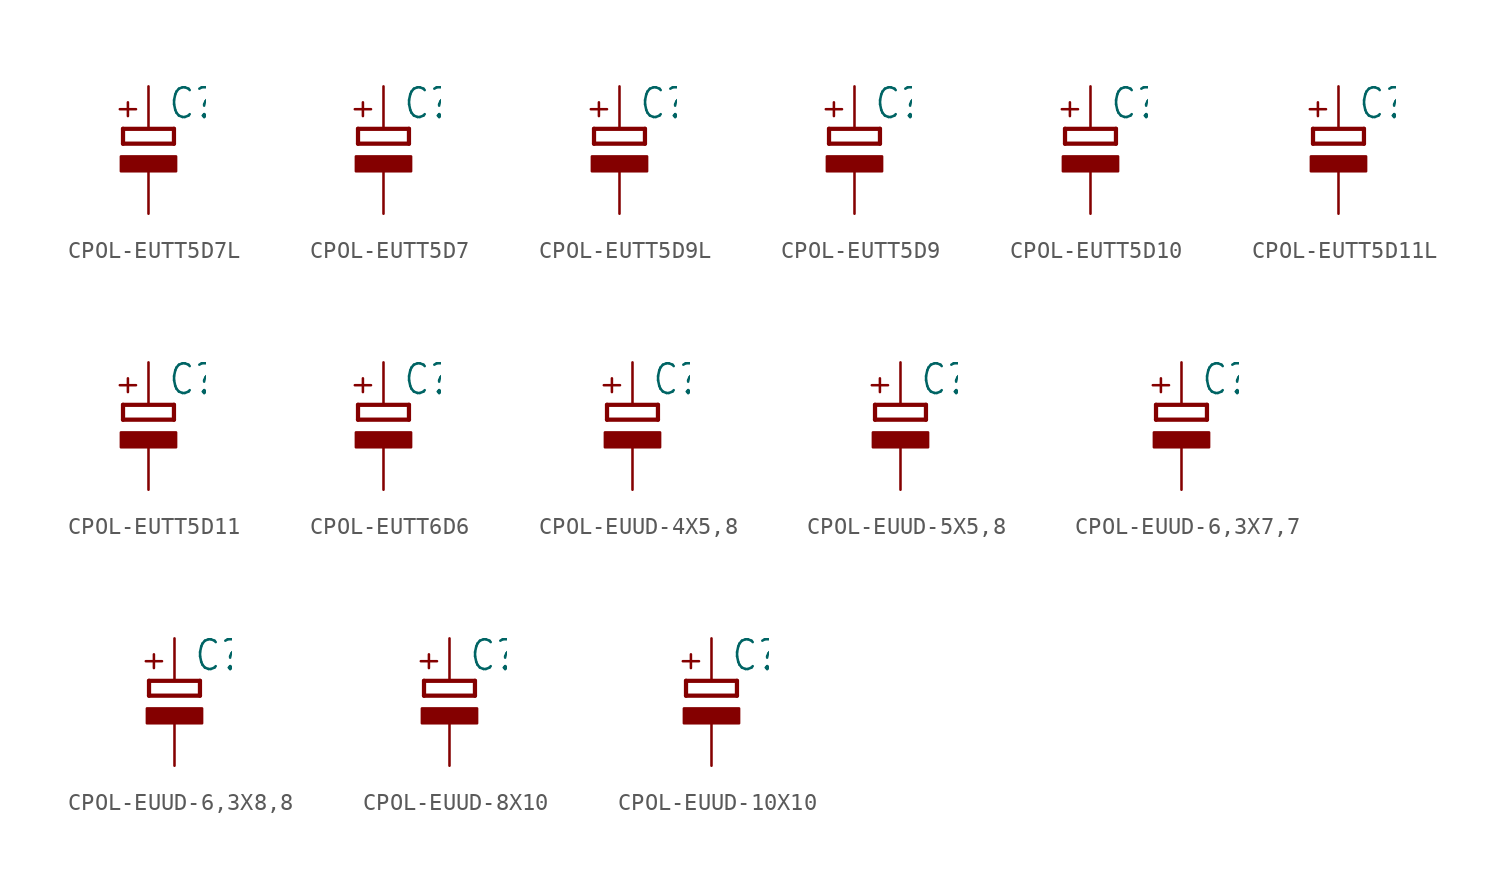
<source format=kicad_sym>
(kicad_symbol_lib
  (version 20231120)
  (generator "kicad_symbol_editor")
  (generator_version "8.0")
  (symbol "CPOL-EUTT5D7L"
    (property "Reference" "C"
      (at 1.143 0.483 0)
      (effects (font (size 1.778 1.511)) (justify left bottom)))
    (property "Value" ""
      (at 1.143 -4.597 0)
      (effects (font (size 1.778 1.511)) (justify left bottom)))
    (property "ki_locked" ""
      (at 0 0 0)
      (effects (font (size 1.27 1.27))))
    (symbol "CPOL-EUTT5D7L_1_0"
      (rectangle (start -1.651 -2.54) (end 1.651 -1.651) (stroke (width 0) (type default)) (fill (type outline)))
      (polyline (pts (xy -1.524 -0.889) (xy 1.524 -0.889)) (stroke (width 0.254) (type solid)) (fill (type none)))
      (polyline (pts (xy -1.524 0) (xy -1.524 -0.889)) (stroke (width 0.254) (type solid)) (fill (type none)))
      (polyline (pts (xy -1.524 0) (xy 1.524 0)) (stroke (width 0.254) (type solid)) (fill (type none)))
      (polyline (pts (xy 1.524 -0.889) (xy 1.524 0)) (stroke (width 0.254) (type solid)) (fill (type none)))
      (text "+" (at -0.584 0.406 900) (effects (font (size 1.27 1.079)) (justify left bottom)))
      (pin passive line (at 0 2.54 270) (length 2.54) (name "+" (effects (font (size 0 0)))) (number "+" (effects (font (size 0 0)))))
      (pin passive line (at 0 -5.08 90) (length 2.54) (name "-" (effects (font (size 0 0)))) (number "-" (effects (font (size 0 0)))))))
  (symbol "CPOL-EUTT5D7"
    (property "Reference" "C"
      (at 1.143 0.483 0)
      (effects (font (size 1.778 1.511)) (justify left bottom)))
    (property "Value" ""
      (at 1.143 -4.597 0)
      (effects (font (size 1.778 1.511)) (justify left bottom)))
    (property "ki_locked" ""
      (at 0 0 0)
      (effects (font (size 1.27 1.27))))
    (symbol "CPOL-EUTT5D7_1_0"
      (rectangle (start -1.651 -2.54) (end 1.651 -1.651) (stroke (width 0) (type default)) (fill (type outline)))
      (polyline (pts (xy -1.524 -0.889) (xy 1.524 -0.889)) (stroke (width 0.254) (type solid)) (fill (type none)))
      (polyline (pts (xy -1.524 0) (xy -1.524 -0.889)) (stroke (width 0.254) (type solid)) (fill (type none)))
      (polyline (pts (xy -1.524 0) (xy 1.524 0)) (stroke (width 0.254) (type solid)) (fill (type none)))
      (polyline (pts (xy 1.524 -0.889) (xy 1.524 0)) (stroke (width 0.254) (type solid)) (fill (type none)))
      (text "+" (at -0.584 0.406 900) (effects (font (size 1.27 1.079)) (justify left bottom)))
      (pin passive line (at 0 2.54 270) (length 2.54) (name "+" (effects (font (size 0 0)))) (number "+" (effects (font (size 0 0)))))
      (pin passive line (at 0 -5.08 90) (length 2.54) (name "-" (effects (font (size 0 0)))) (number "-" (effects (font (size 0 0)))))))
  (symbol "CPOL-EUTT5D9L"
    (property "Reference" "C"
      (at 1.143 0.483 0)
      (effects (font (size 1.778 1.511)) (justify left bottom)))
    (property "Value" ""
      (at 1.143 -4.597 0)
      (effects (font (size 1.778 1.511)) (justify left bottom)))
    (property "ki_locked" ""
      (at 0 0 0)
      (effects (font (size 1.27 1.27))))
    (symbol "CPOL-EUTT5D9L_1_0"
      (rectangle (start -1.651 -2.54) (end 1.651 -1.651) (stroke (width 0) (type default)) (fill (type outline)))
      (polyline (pts (xy -1.524 -0.889) (xy 1.524 -0.889)) (stroke (width 0.254) (type solid)) (fill (type none)))
      (polyline (pts (xy -1.524 0) (xy -1.524 -0.889)) (stroke (width 0.254) (type solid)) (fill (type none)))
      (polyline (pts (xy -1.524 0) (xy 1.524 0)) (stroke (width 0.254) (type solid)) (fill (type none)))
      (polyline (pts (xy 1.524 -0.889) (xy 1.524 0)) (stroke (width 0.254) (type solid)) (fill (type none)))
      (text "+" (at -0.584 0.406 900) (effects (font (size 1.27 1.079)) (justify left bottom)))
      (pin passive line (at 0 2.54 270) (length 2.54) (name "+" (effects (font (size 0 0)))) (number "+" (effects (font (size 0 0)))))
      (pin passive line (at 0 -5.08 90) (length 2.54) (name "-" (effects (font (size 0 0)))) (number "-" (effects (font (size 0 0)))))))
  (symbol "CPOL-EUTT5D9"
    (property "Reference" "C"
      (at 1.143 0.483 0)
      (effects (font (size 1.778 1.511)) (justify left bottom)))
    (property "Value" ""
      (at 1.143 -4.597 0)
      (effects (font (size 1.778 1.511)) (justify left bottom)))
    (property "ki_locked" ""
      (at 0 0 0)
      (effects (font (size 1.27 1.27))))
    (symbol "CPOL-EUTT5D9_1_0"
      (rectangle (start -1.651 -2.54) (end 1.651 -1.651) (stroke (width 0) (type default)) (fill (type outline)))
      (polyline (pts (xy -1.524 -0.889) (xy 1.524 -0.889)) (stroke (width 0.254) (type solid)) (fill (type none)))
      (polyline (pts (xy -1.524 0) (xy -1.524 -0.889)) (stroke (width 0.254) (type solid)) (fill (type none)))
      (polyline (pts (xy -1.524 0) (xy 1.524 0)) (stroke (width 0.254) (type solid)) (fill (type none)))
      (polyline (pts (xy 1.524 -0.889) (xy 1.524 0)) (stroke (width 0.254) (type solid)) (fill (type none)))
      (text "+" (at -0.584 0.406 900) (effects (font (size 1.27 1.079)) (justify left bottom)))
      (pin passive line (at 0 2.54 270) (length 2.54) (name "+" (effects (font (size 0 0)))) (number "+" (effects (font (size 0 0)))))
      (pin passive line (at 0 -5.08 90) (length 2.54) (name "-" (effects (font (size 0 0)))) (number "-" (effects (font (size 0 0)))))))
  (symbol "CPOL-EUTT5D10"
    (property "Reference" "C"
      (at 1.143 0.483 0)
      (effects (font (size 1.778 1.511)) (justify left bottom)))
    (property "Value" ""
      (at 1.143 -4.597 0)
      (effects (font (size 1.778 1.511)) (justify left bottom)))
    (property "ki_locked" ""
      (at 0 0 0)
      (effects (font (size 1.27 1.27))))
    (symbol "CPOL-EUTT5D10_1_0"
      (rectangle (start -1.651 -2.54) (end 1.651 -1.651) (stroke (width 0) (type default)) (fill (type outline)))
      (polyline (pts (xy -1.524 -0.889) (xy 1.524 -0.889)) (stroke (width 0.254) (type solid)) (fill (type none)))
      (polyline (pts (xy -1.524 0) (xy -1.524 -0.889)) (stroke (width 0.254) (type solid)) (fill (type none)))
      (polyline (pts (xy -1.524 0) (xy 1.524 0)) (stroke (width 0.254) (type solid)) (fill (type none)))
      (polyline (pts (xy 1.524 -0.889) (xy 1.524 0)) (stroke (width 0.254) (type solid)) (fill (type none)))
      (text "+" (at -0.584 0.406 900) (effects (font (size 1.27 1.079)) (justify left bottom)))
      (pin passive line (at 0 2.54 270) (length 2.54) (name "+" (effects (font (size 0 0)))) (number "+" (effects (font (size 0 0)))))
      (pin passive line (at 0 -5.08 90) (length 2.54) (name "-" (effects (font (size 0 0)))) (number "-" (effects (font (size 0 0)))))))
  (symbol "CPOL-EUTT5D11L"
    (property "Reference" "C"
      (at 1.143 0.483 0)
      (effects (font (size 1.778 1.511)) (justify left bottom)))
    (property "Value" ""
      (at 1.143 -4.597 0)
      (effects (font (size 1.778 1.511)) (justify left bottom)))
    (property "ki_locked" ""
      (at 0 0 0)
      (effects (font (size 1.27 1.27))))
    (symbol "CPOL-EUTT5D11L_1_0"
      (rectangle (start -1.651 -2.54) (end 1.651 -1.651) (stroke (width 0) (type default)) (fill (type outline)))
      (polyline (pts (xy -1.524 -0.889) (xy 1.524 -0.889)) (stroke (width 0.254) (type solid)) (fill (type none)))
      (polyline (pts (xy -1.524 0) (xy -1.524 -0.889)) (stroke (width 0.254) (type solid)) (fill (type none)))
      (polyline (pts (xy -1.524 0) (xy 1.524 0)) (stroke (width 0.254) (type solid)) (fill (type none)))
      (polyline (pts (xy 1.524 -0.889) (xy 1.524 0)) (stroke (width 0.254) (type solid)) (fill (type none)))
      (text "+" (at -0.584 0.406 900) (effects (font (size 1.27 1.079)) (justify left bottom)))
      (pin passive line (at 0 2.54 270) (length 2.54) (name "+" (effects (font (size 0 0)))) (number "+" (effects (font (size 0 0)))))
      (pin passive line (at 0 -5.08 90) (length 2.54) (name "-" (effects (font (size 0 0)))) (number "-" (effects (font (size 0 0)))))))
  (symbol "CPOL-EUTT5D11"
    (property "Reference" "C"
      (at 1.143 0.483 0)
      (effects (font (size 1.778 1.511)) (justify left bottom)))
    (property "Value" ""
      (at 1.143 -4.597 0)
      (effects (font (size 1.778 1.511)) (justify left bottom)))
    (property "ki_locked" ""
      (at 0 0 0)
      (effects (font (size 1.27 1.27))))
    (symbol "CPOL-EUTT5D11_1_0"
      (rectangle (start -1.651 -2.54) (end 1.651 -1.651) (stroke (width 0) (type default)) (fill (type outline)))
      (polyline (pts (xy -1.524 -0.889) (xy 1.524 -0.889)) (stroke (width 0.254) (type solid)) (fill (type none)))
      (polyline (pts (xy -1.524 0) (xy -1.524 -0.889)) (stroke (width 0.254) (type solid)) (fill (type none)))
      (polyline (pts (xy -1.524 0) (xy 1.524 0)) (stroke (width 0.254) (type solid)) (fill (type none)))
      (polyline (pts (xy 1.524 -0.889) (xy 1.524 0)) (stroke (width 0.254) (type solid)) (fill (type none)))
      (text "+" (at -0.584 0.406 900) (effects (font (size 1.27 1.079)) (justify left bottom)))
      (pin passive line (at 0 2.54 270) (length 2.54) (name "+" (effects (font (size 0 0)))) (number "+" (effects (font (size 0 0)))))
      (pin passive line (at 0 -5.08 90) (length 2.54) (name "-" (effects (font (size 0 0)))) (number "-" (effects (font (size 0 0)))))))
  (symbol "CPOL-EUTT6D6"
    (property "Reference" "C"
      (at 1.143 0.483 0)
      (effects (font (size 1.778 1.511)) (justify left bottom)))
    (property "Value" ""
      (at 1.143 -4.597 0)
      (effects (font (size 1.778 1.511)) (justify left bottom)))
    (property "ki_locked" ""
      (at 0 0 0)
      (effects (font (size 1.27 1.27))))
    (symbol "CPOL-EUTT6D6_1_0"
      (rectangle (start -1.651 -2.54) (end 1.651 -1.651) (stroke (width 0) (type default)) (fill (type outline)))
      (polyline (pts (xy -1.524 -0.889) (xy 1.524 -0.889)) (stroke (width 0.254) (type solid)) (fill (type none)))
      (polyline (pts (xy -1.524 0) (xy -1.524 -0.889)) (stroke (width 0.254) (type solid)) (fill (type none)))
      (polyline (pts (xy -1.524 0) (xy 1.524 0)) (stroke (width 0.254) (type solid)) (fill (type none)))
      (polyline (pts (xy 1.524 -0.889) (xy 1.524 0)) (stroke (width 0.254) (type solid)) (fill (type none)))
      (text "+" (at -0.584 0.406 900) (effects (font (size 1.27 1.079)) (justify left bottom)))
      (pin passive line (at 0 2.54 270) (length 2.54) (name "+" (effects (font (size 0 0)))) (number "+" (effects (font (size 0 0)))))
      (pin passive line (at 0 -5.08 90) (length 2.54) (name "-" (effects (font (size 0 0)))) (number "-" (effects (font (size 0 0)))))))
  (symbol "CPOL-EUUD-4X5,8"
    (property "Reference" "C"
      (at 1.143 0.483 0)
      (effects (font (size 1.778 1.511)) (justify left bottom)))
    (property "Value" ""
      (at 1.143 -4.597 0)
      (effects (font (size 1.778 1.511)) (justify left bottom)))
    (property "ki_locked" ""
      (at 0 0 0)
      (effects (font (size 1.27 1.27))))
    (symbol "CPOL-EUUD-4X5,8_1_0"
      (rectangle (start -1.651 -2.54) (end 1.651 -1.651) (stroke (width 0) (type default)) (fill (type outline)))
      (polyline (pts (xy -1.524 -0.889) (xy 1.524 -0.889)) (stroke (width 0.254) (type solid)) (fill (type none)))
      (polyline (pts (xy -1.524 0) (xy -1.524 -0.889)) (stroke (width 0.254) (type solid)) (fill (type none)))
      (polyline (pts (xy -1.524 0) (xy 1.524 0)) (stroke (width 0.254) (type solid)) (fill (type none)))
      (polyline (pts (xy 1.524 -0.889) (xy 1.524 0)) (stroke (width 0.254) (type solid)) (fill (type none)))
      (text "+" (at -0.584 0.406 900) (effects (font (size 1.27 1.079)) (justify left bottom)))
      (pin passive line (at 0 2.54 270) (length 2.54) (name "+" (effects (font (size 0 0)))) (number "+" (effects (font (size 0 0)))))
      (pin passive line (at 0 -5.08 90) (length 2.54) (name "-" (effects (font (size 0 0)))) (number "-" (effects (font (size 0 0)))))))
  (symbol "CPOL-EUUD-5X5,8"
    (property "Reference" "C"
      (at 1.143 0.483 0)
      (effects (font (size 1.778 1.511)) (justify left bottom)))
    (property "Value" ""
      (at 1.143 -4.597 0)
      (effects (font (size 1.778 1.511)) (justify left bottom)))
    (property "ki_locked" ""
      (at 0 0 0)
      (effects (font (size 1.27 1.27))))
    (symbol "CPOL-EUUD-5X5,8_1_0"
      (rectangle (start -1.651 -2.54) (end 1.651 -1.651) (stroke (width 0) (type default)) (fill (type outline)))
      (polyline (pts (xy -1.524 -0.889) (xy 1.524 -0.889)) (stroke (width 0.254) (type solid)) (fill (type none)))
      (polyline (pts (xy -1.524 0) (xy -1.524 -0.889)) (stroke (width 0.254) (type solid)) (fill (type none)))
      (polyline (pts (xy -1.524 0) (xy 1.524 0)) (stroke (width 0.254) (type solid)) (fill (type none)))
      (polyline (pts (xy 1.524 -0.889) (xy 1.524 0)) (stroke (width 0.254) (type solid)) (fill (type none)))
      (text "+" (at -0.584 0.406 900) (effects (font (size 1.27 1.079)) (justify left bottom)))
      (pin passive line (at 0 2.54 270) (length 2.54) (name "+" (effects (font (size 0 0)))) (number "+" (effects (font (size 0 0)))))
      (pin passive line (at 0 -5.08 90) (length 2.54) (name "-" (effects (font (size 0 0)))) (number "-" (effects (font (size 0 0)))))))
  (symbol "CPOL-EUUD-6,3X7,7"
    (property "Reference" "C"
      (at 1.143 0.483 0)
      (effects (font (size 1.778 1.511)) (justify left bottom)))
    (property "Value" ""
      (at 1.143 -4.597 0)
      (effects (font (size 1.778 1.511)) (justify left bottom)))
    (property "ki_locked" ""
      (at 0 0 0)
      (effects (font (size 1.27 1.27))))
    (symbol "CPOL-EUUD-6,3X7,7_1_0"
      (rectangle (start -1.651 -2.54) (end 1.651 -1.651) (stroke (width 0) (type default)) (fill (type outline)))
      (polyline (pts (xy -1.524 -0.889) (xy 1.524 -0.889)) (stroke (width 0.254) (type solid)) (fill (type none)))
      (polyline (pts (xy -1.524 0) (xy -1.524 -0.889)) (stroke (width 0.254) (type solid)) (fill (type none)))
      (polyline (pts (xy -1.524 0) (xy 1.524 0)) (stroke (width 0.254) (type solid)) (fill (type none)))
      (polyline (pts (xy 1.524 -0.889) (xy 1.524 0)) (stroke (width 0.254) (type solid)) (fill (type none)))
      (text "+" (at -0.584 0.406 900) (effects (font (size 1.27 1.079)) (justify left bottom)))
      (pin passive line (at 0 2.54 270) (length 2.54) (name "+" (effects (font (size 0 0)))) (number "+" (effects (font (size 0 0)))))
      (pin passive line (at 0 -5.08 90) (length 2.54) (name "-" (effects (font (size 0 0)))) (number "-" (effects (font (size 0 0)))))))
  (symbol "CPOL-EUUD-6,3X8,8"
    (property "Reference" "C"
      (at 1.143 0.483 0)
      (effects (font (size 1.778 1.511)) (justify left bottom)))
    (property "Value" ""
      (at 1.143 -4.597 0)
      (effects (font (size 1.778 1.511)) (justify left bottom)))
    (property "ki_locked" ""
      (at 0 0 0)
      (effects (font (size 1.27 1.27))))
    (symbol "CPOL-EUUD-6,3X8,8_1_0"
      (rectangle (start -1.651 -2.54) (end 1.651 -1.651) (stroke (width 0) (type default)) (fill (type outline)))
      (polyline (pts (xy -1.524 -0.889) (xy 1.524 -0.889)) (stroke (width 0.254) (type solid)) (fill (type none)))
      (polyline (pts (xy -1.524 0) (xy -1.524 -0.889)) (stroke (width 0.254) (type solid)) (fill (type none)))
      (polyline (pts (xy -1.524 0) (xy 1.524 0)) (stroke (width 0.254) (type solid)) (fill (type none)))
      (polyline (pts (xy 1.524 -0.889) (xy 1.524 0)) (stroke (width 0.254) (type solid)) (fill (type none)))
      (text "+" (at -0.584 0.406 900) (effects (font (size 1.27 1.079)) (justify left bottom)))
      (pin passive line (at 0 2.54 270) (length 2.54) (name "+" (effects (font (size 0 0)))) (number "+" (effects (font (size 0 0)))))
      (pin passive line (at 0 -5.08 90) (length 2.54) (name "-" (effects (font (size 0 0)))) (number "-" (effects (font (size 0 0)))))))
  (symbol "CPOL-EUUD-8X10"
    (property "Reference" "C"
      (at 1.143 0.483 0)
      (effects (font (size 1.778 1.511)) (justify left bottom)))
    (property "Value" ""
      (at 1.143 -4.597 0)
      (effects (font (size 1.778 1.511)) (justify left bottom)))
    (property "ki_locked" ""
      (at 0 0 0)
      (effects (font (size 1.27 1.27))))
    (symbol "CPOL-EUUD-8X10_1_0"
      (rectangle (start -1.651 -2.54) (end 1.651 -1.651) (stroke (width 0) (type default)) (fill (type outline)))
      (polyline (pts (xy -1.524 -0.889) (xy 1.524 -0.889)) (stroke (width 0.254) (type solid)) (fill (type none)))
      (polyline (pts (xy -1.524 0) (xy -1.524 -0.889)) (stroke (width 0.254) (type solid)) (fill (type none)))
      (polyline (pts (xy -1.524 0) (xy 1.524 0)) (stroke (width 0.254) (type solid)) (fill (type none)))
      (polyline (pts (xy 1.524 -0.889) (xy 1.524 0)) (stroke (width 0.254) (type solid)) (fill (type none)))
      (text "+" (at -0.584 0.406 900) (effects (font (size 1.27 1.079)) (justify left bottom)))
      (pin passive line (at 0 2.54 270) (length 2.54) (name "+" (effects (font (size 0 0)))) (number "+" (effects (font (size 0 0)))))
      (pin passive line (at 0 -5.08 90) (length 2.54) (name "-" (effects (font (size 0 0)))) (number "-" (effects (font (size 0 0)))))))
  (symbol "CPOL-EUUD-10X10"
    (property "Reference" "C"
      (at 1.143 0.483 0)
      (effects (font (size 1.778 1.511)) (justify left bottom)))
    (property "Value" ""
      (at 1.143 -4.597 0)
      (effects (font (size 1.778 1.511)) (justify left bottom)))
    (property "ki_locked" ""
      (at 0 0 0)
      (effects (font (size 1.27 1.27))))
    (symbol "CPOL-EUUD-10X10_1_0"
      (rectangle (start -1.651 -2.54) (end 1.651 -1.651) (stroke (width 0) (type default)) (fill (type outline)))
      (polyline (pts (xy -1.524 -0.889) (xy 1.524 -0.889)) (stroke (width 0.254) (type solid)) (fill (type none)))
      (polyline (pts (xy -1.524 0) (xy -1.524 -0.889)) (stroke (width 0.254) (type solid)) (fill (type none)))
      (polyline (pts (xy -1.524 0) (xy 1.524 0)) (stroke (width 0.254) (type solid)) (fill (type none)))
      (polyline (pts (xy 1.524 -0.889) (xy 1.524 0)) (stroke (width 0.254) (type solid)) (fill (type none)))
      (text "+" (at -0.584 0.406 900) (effects (font (size 1.27 1.079)) (justify left bottom)))
      (pin passive line (at 0 2.54 270) (length 2.54) (name "+" (effects (font (size 0 0)))) (number "+" (effects (font (size 0 0)))))
      (pin passive line (at 0 -5.08 90) (length 2.54) (name "-" (effects (font (size 0 0)))) (number "-" (effects (font (size 0 0))))))))
</source>
